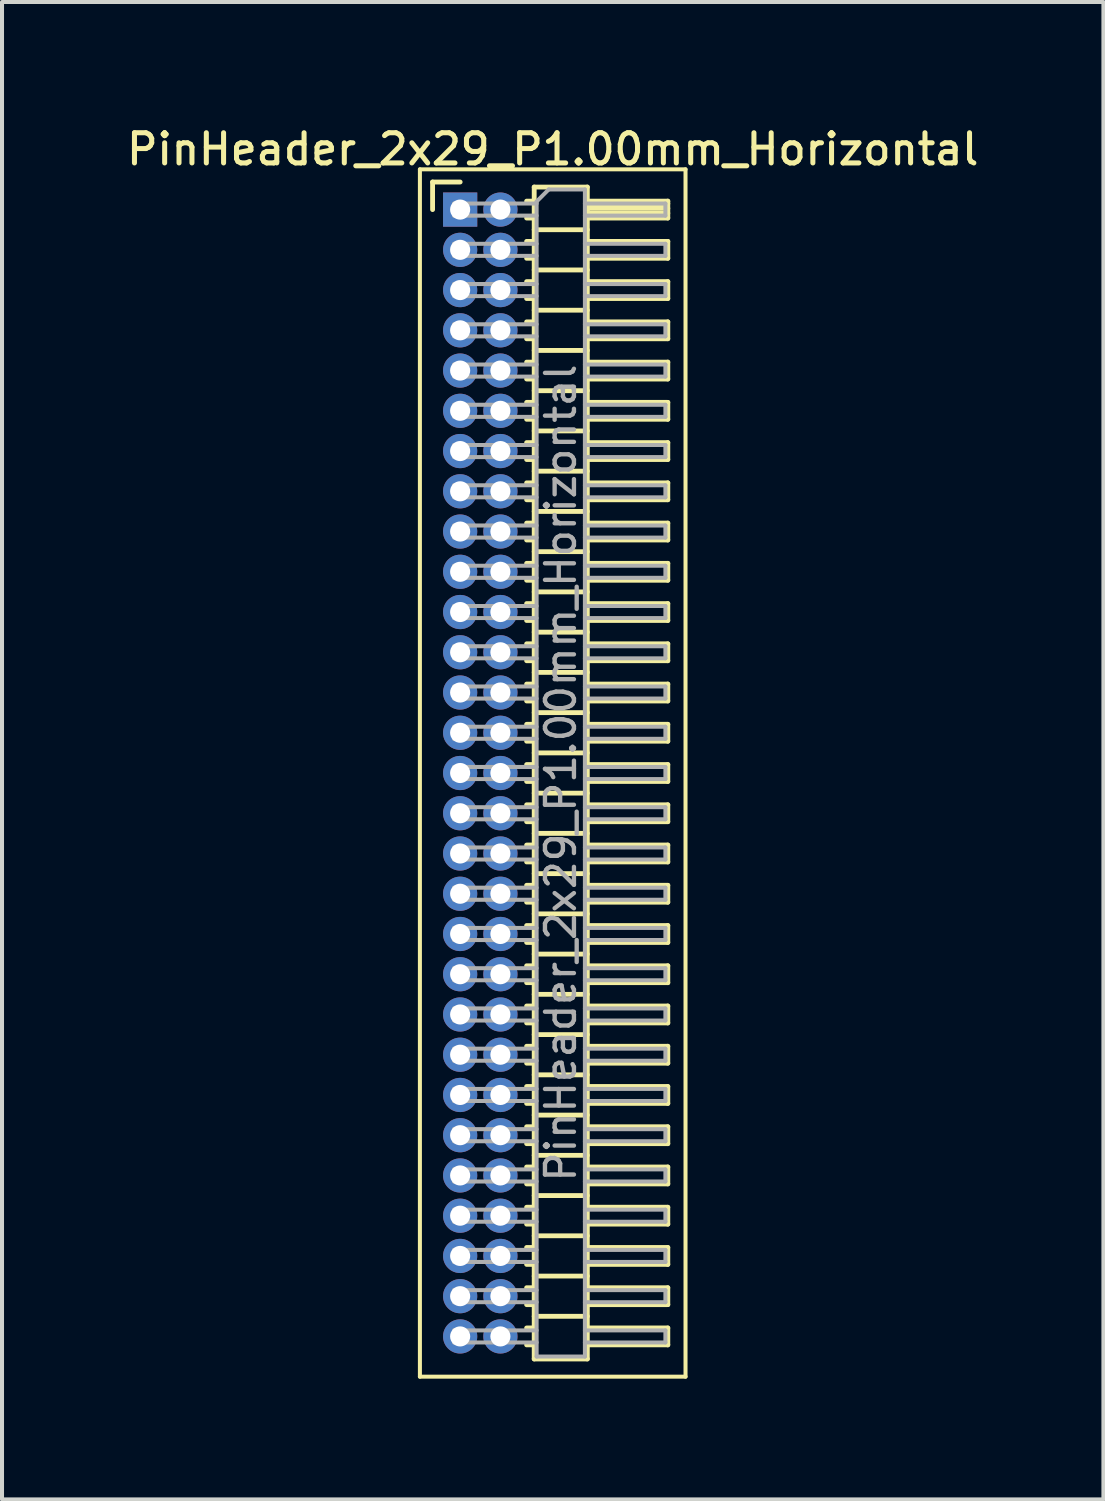
<source format=kicad_pcb>
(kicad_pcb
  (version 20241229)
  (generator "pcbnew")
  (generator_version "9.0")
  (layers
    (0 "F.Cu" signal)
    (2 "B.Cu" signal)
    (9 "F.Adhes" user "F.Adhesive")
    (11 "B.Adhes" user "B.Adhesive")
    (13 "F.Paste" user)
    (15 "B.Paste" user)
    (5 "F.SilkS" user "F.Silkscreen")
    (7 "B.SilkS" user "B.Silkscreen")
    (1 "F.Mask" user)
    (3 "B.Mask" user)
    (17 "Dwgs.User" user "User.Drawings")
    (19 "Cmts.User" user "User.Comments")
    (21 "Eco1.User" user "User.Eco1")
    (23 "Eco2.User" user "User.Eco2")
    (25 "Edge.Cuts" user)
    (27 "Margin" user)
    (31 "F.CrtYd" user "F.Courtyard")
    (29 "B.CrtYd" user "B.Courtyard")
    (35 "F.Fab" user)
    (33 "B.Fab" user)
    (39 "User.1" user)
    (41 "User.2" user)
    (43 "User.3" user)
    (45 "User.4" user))
  (footprint "PinHeader_2x29_P1.00mm_Horizontal"
    (layer "F.Cu")
    (at 8.384 2.158)
    (property "Reference" "PinHeader_2x29_P1.00mm_Horizontal" (at 2.3 -1.5 0) (layer "F.SilkS") (effects (font (size 0.75 0.75) (thickness 0.125))))
    (attr through_hole)
    (fp_line (start -1 -1) (end -1 29) (stroke (width 0.1) (type solid)) (layer "F.SilkS"))
    (fp_line (start -1 29) (end 5.6 29) (stroke (width 0.1) (type solid)) (layer "F.SilkS"))
    (fp_line (start -0.685 -0.685) (end 0 -0.685) (stroke (width 0.12) (type solid)) (layer "F.SilkS"))
    (fp_line (start -0.685 0) (end -0.685 -0.685) (stroke (width 0.12) (type solid)) (layer "F.SilkS"))
    (fp_line (start 1.652 -0.21) (end 1.84 -0.21) (stroke (width 0.12) (type solid)) (layer "F.SilkS"))
    (fp_line (start 1.652 0.21) (end 1.84 0.21) (stroke (width 0.12) (type solid)) (layer "F.SilkS"))
    (fp_line (start 1.652 0.79) (end 1.84 0.79) (stroke (width 0.12) (type solid)) (layer "F.SilkS"))
    (fp_line (start 1.652 1.21) (end 1.84 1.21) (stroke (width 0.12) (type solid)) (layer "F.SilkS"))
    (fp_line (start 1.652 1.79) (end 1.84 1.79) (stroke (width 0.12) (type solid)) (layer "F.SilkS"))
    (fp_line (start 1.652 2.21) (end 1.84 2.21) (stroke (width 0.12) (type solid)) (layer "F.SilkS"))
    (fp_line (start 1.652 2.79) (end 1.84 2.79) (stroke (width 0.12) (type solid)) (layer "F.SilkS"))
    (fp_line (start 1.652 3.21) (end 1.84 3.21) (stroke (width 0.12) (type solid)) (layer "F.SilkS"))
    (fp_line (start 1.652 3.79) (end 1.84 3.79) (stroke (width 0.12) (type solid)) (layer "F.SilkS"))
    (fp_line (start 1.652 4.21) (end 1.84 4.21) (stroke (width 0.12) (type solid)) (layer "F.SilkS"))
    (fp_line (start 1.652 4.79) (end 1.84 4.79) (stroke (width 0.12) (type solid)) (layer "F.SilkS"))
    (fp_line (start 1.652 5.21) (end 1.84 5.21) (stroke (width 0.12) (type solid)) (layer "F.SilkS"))
    (fp_line (start 1.652 5.79) (end 1.84 5.79) (stroke (width 0.12) (type solid)) (layer "F.SilkS"))
    (fp_line (start 1.652 6.21) (end 1.84 6.21) (stroke (width 0.12) (type solid)) (layer "F.SilkS"))
    (fp_line (start 1.652 6.79) (end 1.84 6.79) (stroke (width 0.12) (type solid)) (layer "F.SilkS"))
    (fp_line (start 1.652 7.21) (end 1.84 7.21) (stroke (width 0.12) (type solid)) (layer "F.SilkS"))
    (fp_line (start 1.652 7.79) (end 1.84 7.79) (stroke (width 0.12) (type solid)) (layer "F.SilkS"))
    (fp_line (start 1.652 8.21) (end 1.84 8.21) (stroke (width 0.12) (type solid)) (layer "F.SilkS"))
    (fp_line (start 1.652 8.79) (end 1.84 8.79) (stroke (width 0.12) (type solid)) (layer "F.SilkS"))
    (fp_line (start 1.652 9.21) (end 1.84 9.21) (stroke (width 0.12) (type solid)) (layer "F.SilkS"))
    (fp_line (start 1.652 9.79) (end 1.84 9.79) (stroke (width 0.12) (type solid)) (layer "F.SilkS"))
    (fp_line (start 1.652 10.21) (end 1.84 10.21) (stroke (width 0.12) (type solid)) (layer "F.SilkS"))
    (fp_line (start 1.652 10.79) (end 1.84 10.79) (stroke (width 0.12) (type solid)) (layer "F.SilkS"))
    (fp_line (start 1.652 11.21) (end 1.84 11.21) (stroke (width 0.12) (type solid)) (layer "F.SilkS"))
    (fp_line (start 1.652 11.79) (end 1.84 11.79) (stroke (width 0.12) (type solid)) (layer "F.SilkS"))
    (fp_line (start 1.652 12.21) (end 1.84 12.21) (stroke (width 0.12) (type solid)) (layer "F.SilkS"))
    (fp_line (start 1.652 12.79) (end 1.84 12.79) (stroke (width 0.12) (type solid)) (layer "F.SilkS"))
    (fp_line (start 1.652 13.21) (end 1.84 13.21) (stroke (width 0.12) (type solid)) (layer "F.SilkS"))
    (fp_line (start 1.652 13.79) (end 1.84 13.79) (stroke (width 0.12) (type solid)) (layer "F.SilkS"))
    (fp_line (start 1.652 14.21) (end 1.84 14.21) (stroke (width 0.12) (type solid)) (layer "F.SilkS"))
    (fp_line (start 1.652 14.79) (end 1.84 14.79) (stroke (width 0.12) (type solid)) (layer "F.SilkS"))
    (fp_line (start 1.652 15.21) (end 1.84 15.21) (stroke (width 0.12) (type solid)) (layer "F.SilkS"))
    (fp_line (start 1.652 15.79) (end 1.84 15.79) (stroke (width 0.12) (type solid)) (layer "F.SilkS"))
    (fp_line (start 1.652 16.21) (end 1.84 16.21) (stroke (width 0.12) (type solid)) (layer "F.SilkS"))
    (fp_line (start 1.652 16.79) (end 1.84 16.79) (stroke (width 0.12) (type solid)) (layer "F.SilkS"))
    (fp_line (start 1.652 17.21) (end 1.84 17.21) (stroke (width 0.12) (type solid)) (layer "F.SilkS"))
    (fp_line (start 1.652 17.79) (end 1.84 17.79) (stroke (width 0.12) (type solid)) (layer "F.SilkS"))
    (fp_line (start 1.652 18.21) (end 1.84 18.21) (stroke (width 0.12) (type solid)) (layer "F.SilkS"))
    (fp_line (start 1.652 18.79) (end 1.84 18.79) (stroke (width 0.12) (type solid)) (layer "F.SilkS"))
    (fp_line (start 1.652 19.21) (end 1.84 19.21) (stroke (width 0.12) (type solid)) (layer "F.SilkS"))
    (fp_line (start 1.652 19.79) (end 1.84 19.79) (stroke (width 0.12) (type solid)) (layer "F.SilkS"))
    (fp_line (start 1.652 20.21) (end 1.84 20.21) (stroke (width 0.12) (type solid)) (layer "F.SilkS"))
    (fp_line (start 1.652 20.79) (end 1.84 20.79) (stroke (width 0.12) (type solid)) (layer "F.SilkS"))
    (fp_line (start 1.652 21.21) (end 1.84 21.21) (stroke (width 0.12) (type solid)) (layer "F.SilkS"))
    (fp_line (start 1.652 21.79) (end 1.84 21.79) (stroke (width 0.12) (type solid)) (layer "F.SilkS"))
    (fp_line (start 1.652 22.21) (end 1.84 22.21) (stroke (width 0.12) (type solid)) (layer "F.SilkS"))
    (fp_line (start 1.652 22.79) (end 1.84 22.79) (stroke (width 0.12) (type solid)) (layer "F.SilkS"))
    (fp_line (start 1.652 23.21) (end 1.84 23.21) (stroke (width 0.12) (type solid)) (layer "F.SilkS"))
    (fp_line (start 1.652 23.79) (end 1.84 23.79) (stroke (width 0.12) (type solid)) (layer "F.SilkS"))
    (fp_line (start 1.652 24.21) (end 1.84 24.21) (stroke (width 0.12) (type solid)) (layer "F.SilkS"))
    (fp_line (start 1.652 24.79) (end 1.84 24.79) (stroke (width 0.12) (type solid)) (layer "F.SilkS"))
    (fp_line (start 1.652 25.21) (end 1.84 25.21) (stroke (width 0.12) (type solid)) (layer "F.SilkS"))
    (fp_line (start 1.652 25.79) (end 1.84 25.79) (stroke (width 0.12) (type solid)) (layer "F.SilkS"))
    (fp_line (start 1.652 26.21) (end 1.84 26.21) (stroke (width 0.12) (type solid)) (layer "F.SilkS"))
    (fp_line (start 1.652 26.79) (end 1.84 26.79) (stroke (width 0.12) (type solid)) (layer "F.SilkS"))
    (fp_line (start 1.652 27.21) (end 1.84 27.21) (stroke (width 0.12) (type solid)) (layer "F.SilkS"))
    (fp_line (start 1.652 27.79) (end 1.84 27.79) (stroke (width 0.12) (type solid)) (layer "F.SilkS"))
    (fp_line (start 1.652 28.21) (end 1.84 28.21) (stroke (width 0.12) (type solid)) (layer "F.SilkS"))
    (fp_line (start 1.84 -0.56) (end 1.84 28.56) (stroke (width 0.12) (type solid)) (layer "F.SilkS"))
    (fp_line (start 1.84 0.5) (end 3.16 0.5) (stroke (width 0.12) (type solid)) (layer "F.SilkS"))
    (fp_line (start 1.84 1.5) (end 3.16 1.5) (stroke (width 0.12) (type solid)) (layer "F.SilkS"))
    (fp_line (start 1.84 2.5) (end 3.16 2.5) (stroke (width 0.12) (type solid)) (layer "F.SilkS"))
    (fp_line (start 1.84 3.5) (end 3.16 3.5) (stroke (width 0.12) (type solid)) (layer "F.SilkS"))
    (fp_line (start 1.84 4.5) (end 3.16 4.5) (stroke (width 0.12) (type solid)) (layer "F.SilkS"))
    (fp_line (start 1.84 5.5) (end 3.16 5.5) (stroke (width 0.12) (type solid)) (layer "F.SilkS"))
    (fp_line (start 1.84 6.5) (end 3.16 6.5) (stroke (width 0.12) (type solid)) (layer "F.SilkS"))
    (fp_line (start 1.84 7.5) (end 3.16 7.5) (stroke (width 0.12) (type solid)) (layer "F.SilkS"))
    (fp_line (start 1.84 8.5) (end 3.16 8.5) (stroke (width 0.12) (type solid)) (layer "F.SilkS"))
    (fp_line (start 1.84 9.5) (end 3.16 9.5) (stroke (width 0.12) (type solid)) (layer "F.SilkS"))
    (fp_line (start 1.84 10.5) (end 3.16 10.5) (stroke (width 0.12) (type solid)) (layer "F.SilkS"))
    (fp_line (start 1.84 11.5) (end 3.16 11.5) (stroke (width 0.12) (type solid)) (layer "F.SilkS"))
    (fp_line (start 1.84 12.5) (end 3.16 12.5) (stroke (width 0.12) (type solid)) (layer "F.SilkS"))
    (fp_line (start 1.84 13.5) (end 3.16 13.5) (stroke (width 0.12) (type solid)) (layer "F.SilkS"))
    (fp_line (start 1.84 14.5) (end 3.16 14.5) (stroke (width 0.12) (type solid)) (layer "F.SilkS"))
    (fp_line (start 1.84 15.5) (end 3.16 15.5) (stroke (width 0.12) (type solid)) (layer "F.SilkS"))
    (fp_line (start 1.84 16.5) (end 3.16 16.5) (stroke (width 0.12) (type solid)) (layer "F.SilkS"))
    (fp_line (start 1.84 17.5) (end 3.16 17.5) (stroke (width 0.12) (type solid)) (layer "F.SilkS"))
    (fp_line (start 1.84 18.5) (end 3.16 18.5) (stroke (width 0.12) (type solid)) (layer "F.SilkS"))
    (fp_line (start 1.84 19.5) (end 3.16 19.5) (stroke (width 0.12) (type solid)) (layer "F.SilkS"))
    (fp_line (start 1.84 20.5) (end 3.16 20.5) (stroke (width 0.12) (type solid)) (layer "F.SilkS"))
    (fp_line (start 1.84 21.5) (end 3.16 21.5) (stroke (width 0.12) (type solid)) (layer "F.SilkS"))
    (fp_line (start 1.84 22.5) (end 3.16 22.5) (stroke (width 0.12) (type solid)) (layer "F.SilkS"))
    (fp_line (start 1.84 23.5) (end 3.16 23.5) (stroke (width 0.12) (type solid)) (layer "F.SilkS"))
    (fp_line (start 1.84 24.5) (end 3.16 24.5) (stroke (width 0.12) (type solid)) (layer "F.SilkS"))
    (fp_line (start 1.84 25.5) (end 3.16 25.5) (stroke (width 0.12) (type solid)) (layer "F.SilkS"))
    (fp_line (start 1.84 26.5) (end 3.16 26.5) (stroke (width 0.12) (type solid)) (layer "F.SilkS"))
    (fp_line (start 1.84 27.5) (end 3.16 27.5) (stroke (width 0.12) (type solid)) (layer "F.SilkS"))
    (fp_line (start 1.84 28.56) (end 3.16 28.56) (stroke (width 0.12) (type solid)) (layer "F.SilkS"))
    (fp_line (start 3.16 -0.56) (end 1.84 -0.56) (stroke (width 0.12) (type solid)) (layer "F.SilkS"))
    (fp_line (start 3.16 -0.21) (end 5.16 -0.21) (stroke (width 0.12) (type solid)) (layer "F.SilkS"))
    (fp_line (start 3.16 -0.15) (end 5.16 -0.15) (stroke (width 0.12) (type solid)) (layer "F.SilkS"))
    (fp_line (start 3.16 -0.03) (end 5.16 -0.03) (stroke (width 0.12) (type solid)) (layer "F.SilkS"))
    (fp_line (start 3.16 0.09) (end 5.16 0.09) (stroke (width 0.12) (type solid)) (layer "F.SilkS"))
    (fp_line (start 3.16 0.79) (end 5.16 0.79) (stroke (width 0.12) (type solid)) (layer "F.SilkS"))
    (fp_line (start 3.16 1.79) (end 5.16 1.79) (stroke (width 0.12) (type solid)) (layer "F.SilkS"))
    (fp_line (start 3.16 2.79) (end 5.16 2.79) (stroke (width 0.12) (type solid)) (layer "F.SilkS"))
    (fp_line (start 3.16 3.79) (end 5.16 3.79) (stroke (width 0.12) (type solid)) (layer "F.SilkS"))
    (fp_line (start 3.16 4.79) (end 5.16 4.79) (stroke (width 0.12) (type solid)) (layer "F.SilkS"))
    (fp_line (start 3.16 5.79) (end 5.16 5.79) (stroke (width 0.12) (type solid)) (layer "F.SilkS"))
    (fp_line (start 3.16 6.79) (end 5.16 6.79) (stroke (width 0.12) (type solid)) (layer "F.SilkS"))
    (fp_line (start 3.16 7.79) (end 5.16 7.79) (stroke (width 0.12) (type solid)) (layer "F.SilkS"))
    (fp_line (start 3.16 8.79) (end 5.16 8.79) (stroke (width 0.12) (type solid)) (layer "F.SilkS"))
    (fp_line (start 3.16 9.79) (end 5.16 9.79) (stroke (width 0.12) (type solid)) (layer "F.SilkS"))
    (fp_line (start 3.16 10.79) (end 5.16 10.79) (stroke (width 0.12) (type solid)) (layer "F.SilkS"))
    (fp_line (start 3.16 11.79) (end 5.16 11.79) (stroke (width 0.12) (type solid)) (layer "F.SilkS"))
    (fp_line (start 3.16 12.79) (end 5.16 12.79) (stroke (width 0.12) (type solid)) (layer "F.SilkS"))
    (fp_line (start 3.16 13.79) (end 5.16 13.79) (stroke (width 0.12) (type solid)) (layer "F.SilkS"))
    (fp_line (start 3.16 14.79) (end 5.16 14.79) (stroke (width 0.12) (type solid)) (layer "F.SilkS"))
    (fp_line (start 3.16 15.79) (end 5.16 15.79) (stroke (width 0.12) (type solid)) (layer "F.SilkS"))
    (fp_line (start 3.16 16.79) (end 5.16 16.79) (stroke (width 0.12) (type solid)) (layer "F.SilkS"))
    (fp_line (start 3.16 17.79) (end 5.16 17.79) (stroke (width 0.12) (type solid)) (layer "F.SilkS"))
    (fp_line (start 3.16 18.79) (end 5.16 18.79) (stroke (width 0.12) (type solid)) (layer "F.SilkS"))
    (fp_line (start 3.16 19.79) (end 5.16 19.79) (stroke (width 0.12) (type solid)) (layer "F.SilkS"))
    (fp_line (start 3.16 20.79) (end 5.16 20.79) (stroke (width 0.12) (type solid)) (layer "F.SilkS"))
    (fp_line (start 3.16 21.79) (end 5.16 21.79) (stroke (width 0.12) (type solid)) (layer "F.SilkS"))
    (fp_line (start 3.16 22.79) (end 5.16 22.79) (stroke (width 0.12) (type solid)) (layer "F.SilkS"))
    (fp_line (start 3.16 23.79) (end 5.16 23.79) (stroke (width 0.12) (type solid)) (layer "F.SilkS"))
    (fp_line (start 3.16 24.79) (end 5.16 24.79) (stroke (width 0.12) (type solid)) (layer "F.SilkS"))
    (fp_line (start 3.16 25.79) (end 5.16 25.79) (stroke (width 0.12) (type solid)) (layer "F.SilkS"))
    (fp_line (start 3.16 26.79) (end 5.16 26.79) (stroke (width 0.12) (type solid)) (layer "F.SilkS"))
    (fp_line (start 3.16 27.79) (end 5.16 27.79) (stroke (width 0.12) (type solid)) (layer "F.SilkS"))
    (fp_line (start 3.16 28.56) (end 3.16 -0.56) (stroke (width 0.12) (type solid)) (layer "F.SilkS"))
    (fp_line (start 5.16 -0.21) (end 5.16 0.21) (stroke (width 0.12) (type solid)) (layer "F.SilkS"))
    (fp_line (start 5.16 0.21) (end 3.16 0.21) (stroke (width 0.12) (type solid)) (layer "F.SilkS"))
    (fp_line (start 5.16 0.79) (end 5.16 1.21) (stroke (width 0.12) (type solid)) (layer "F.SilkS"))
    (fp_line (start 5.16 1.21) (end 3.16 1.21) (stroke (width 0.12) (type solid)) (layer "F.SilkS"))
    (fp_line (start 5.16 1.79) (end 5.16 2.21) (stroke (width 0.12) (type solid)) (layer "F.SilkS"))
    (fp_line (start 5.16 2.21) (end 3.16 2.21) (stroke (width 0.12) (type solid)) (layer "F.SilkS"))
    (fp_line (start 5.16 2.79) (end 5.16 3.21) (stroke (width 0.12) (type solid)) (layer "F.SilkS"))
    (fp_line (start 5.16 3.21) (end 3.16 3.21) (stroke (width 0.12) (type solid)) (layer "F.SilkS"))
    (fp_line (start 5.16 3.79) (end 5.16 4.21) (stroke (width 0.12) (type solid)) (layer "F.SilkS"))
    (fp_line (start 5.16 4.21) (end 3.16 4.21) (stroke (width 0.12) (type solid)) (layer "F.SilkS"))
    (fp_line (start 5.16 4.79) (end 5.16 5.21) (stroke (width 0.12) (type solid)) (layer "F.SilkS"))
    (fp_line (start 5.16 5.21) (end 3.16 5.21) (stroke (width 0.12) (type solid)) (layer "F.SilkS"))
    (fp_line (start 5.16 5.79) (end 5.16 6.21) (stroke (width 0.12) (type solid)) (layer "F.SilkS"))
    (fp_line (start 5.16 6.21) (end 3.16 6.21) (stroke (width 0.12) (type solid)) (layer "F.SilkS"))
    (fp_line (start 5.16 6.79) (end 5.16 7.21) (stroke (width 0.12) (type solid)) (layer "F.SilkS"))
    (fp_line (start 5.16 7.21) (end 3.16 7.21) (stroke (width 0.12) (type solid)) (layer "F.SilkS"))
    (fp_line (start 5.16 7.79) (end 5.16 8.21) (stroke (width 0.12) (type solid)) (layer "F.SilkS"))
    (fp_line (start 5.16 8.21) (end 3.16 8.21) (stroke (width 0.12) (type solid)) (layer "F.SilkS"))
    (fp_line (start 5.16 8.79) (end 5.16 9.21) (stroke (width 0.12) (type solid)) (layer "F.SilkS"))
    (fp_line (start 5.16 9.21) (end 3.16 9.21) (stroke (width 0.12) (type solid)) (layer "F.SilkS"))
    (fp_line (start 5.16 9.79) (end 5.16 10.21) (stroke (width 0.12) (type solid)) (layer "F.SilkS"))
    (fp_line (start 5.16 10.21) (end 3.16 10.21) (stroke (width 0.12) (type solid)) (layer "F.SilkS"))
    (fp_line (start 5.16 10.79) (end 5.16 11.21) (stroke (width 0.12) (type solid)) (layer "F.SilkS"))
    (fp_line (start 5.16 11.21) (end 3.16 11.21) (stroke (width 0.12) (type solid)) (layer "F.SilkS"))
    (fp_line (start 5.16 11.79) (end 5.16 12.21) (stroke (width 0.12) (type solid)) (layer "F.SilkS"))
    (fp_line (start 5.16 12.21) (end 3.16 12.21) (stroke (width 0.12) (type solid)) (layer "F.SilkS"))
    (fp_line (start 5.16 12.79) (end 5.16 13.21) (stroke (width 0.12) (type solid)) (layer "F.SilkS"))
    (fp_line (start 5.16 13.21) (end 3.16 13.21) (stroke (width 0.12) (type solid)) (layer "F.SilkS"))
    (fp_line (start 5.16 13.79) (end 5.16 14.21) (stroke (width 0.12) (type solid)) (layer "F.SilkS"))
    (fp_line (start 5.16 14.21) (end 3.16 14.21) (stroke (width 0.12) (type solid)) (layer "F.SilkS"))
    (fp_line (start 5.16 14.79) (end 5.16 15.21) (stroke (width 0.12) (type solid)) (layer "F.SilkS"))
    (fp_line (start 5.16 15.21) (end 3.16 15.21) (stroke (width 0.12) (type solid)) (layer "F.SilkS"))
    (fp_line (start 5.16 15.79) (end 5.16 16.21) (stroke (width 0.12) (type solid)) (layer "F.SilkS"))
    (fp_line (start 5.16 16.21) (end 3.16 16.21) (stroke (width 0.12) (type solid)) (layer "F.SilkS"))
    (fp_line (start 5.16 16.79) (end 5.16 17.21) (stroke (width 0.12) (type solid)) (layer "F.SilkS"))
    (fp_line (start 5.16 17.21) (end 3.16 17.21) (stroke (width 0.12) (type solid)) (layer "F.SilkS"))
    (fp_line (start 5.16 17.79) (end 5.16 18.21) (stroke (width 0.12) (type solid)) (layer "F.SilkS"))
    (fp_line (start 5.16 18.21) (end 3.16 18.21) (stroke (width 0.12) (type solid)) (layer "F.SilkS"))
    (fp_line (start 5.16 18.79) (end 5.16 19.21) (stroke (width 0.12) (type solid)) (layer "F.SilkS"))
    (fp_line (start 5.16 19.21) (end 3.16 19.21) (stroke (width 0.12) (type solid)) (layer "F.SilkS"))
    (fp_line (start 5.16 19.79) (end 5.16 20.21) (stroke (width 0.12) (type solid)) (layer "F.SilkS"))
    (fp_line (start 5.16 20.21) (end 3.16 20.21) (stroke (width 0.12) (type solid)) (layer "F.SilkS"))
    (fp_line (start 5.16 20.79) (end 5.16 21.21) (stroke (width 0.12) (type solid)) (layer "F.SilkS"))
    (fp_line (start 5.16 21.21) (end 3.16 21.21) (stroke (width 0.12) (type solid)) (layer "F.SilkS"))
    (fp_line (start 5.16 21.79) (end 5.16 22.21) (stroke (width 0.12) (type solid)) (layer "F.SilkS"))
    (fp_line (start 5.16 22.21) (end 3.16 22.21) (stroke (width 0.12) (type solid)) (layer "F.SilkS"))
    (fp_line (start 5.16 22.79) (end 5.16 23.21) (stroke (width 0.12) (type solid)) (layer "F.SilkS"))
    (fp_line (start 5.16 23.21) (end 3.16 23.21) (stroke (width 0.12) (type solid)) (layer "F.SilkS"))
    (fp_line (start 5.16 23.79) (end 5.16 24.21) (stroke (width 0.12) (type solid)) (layer "F.SilkS"))
    (fp_line (start 5.16 24.21) (end 3.16 24.21) (stroke (width 0.12) (type solid)) (layer "F.SilkS"))
    (fp_line (start 5.16 24.79) (end 5.16 25.21) (stroke (width 0.12) (type solid)) (layer "F.SilkS"))
    (fp_line (start 5.16 25.21) (end 3.16 25.21) (stroke (width 0.12) (type solid)) (layer "F.SilkS"))
    (fp_line (start 5.16 25.79) (end 5.16 26.21) (stroke (width 0.12) (type solid)) (layer "F.SilkS"))
    (fp_line (start 5.16 26.21) (end 3.16 26.21) (stroke (width 0.12) (type solid)) (layer "F.SilkS"))
    (fp_line (start 5.16 26.79) (end 5.16 27.21) (stroke (width 0.12) (type solid)) (layer "F.SilkS"))
    (fp_line (start 5.16 27.21) (end 3.16 27.21) (stroke (width 0.12) (type solid)) (layer "F.SilkS"))
    (fp_line (start 5.16 27.79) (end 5.16 28.21) (stroke (width 0.12) (type solid)) (layer "F.SilkS"))
    (fp_line (start 5.16 28.21) (end 3.16 28.21) (stroke (width 0.12) (type solid)) (layer "F.SilkS"))
    (fp_line (start 5.6 -1) (end -1 -1) (stroke (width 0.1) (type solid)) (layer "F.SilkS"))
    (fp_line (start 5.6 29) (end 5.6 -1) (stroke (width 0.1) (type solid)) (layer "F.SilkS"))
    (fp_line (start -0.15 -0.15) (end -0.15 0.15) (stroke (width 0.1) (type solid)) (layer "F.Fab"))
    (fp_line (start -0.15 -0.15) (end 1.9 -0.15) (stroke (width 0.1) (type solid)) (layer "F.Fab"))
    (fp_line (start -0.15 0.15) (end 1.9 0.15) (stroke (width 0.1) (type solid)) (layer "F.Fab"))
    (fp_line (start -0.15 0.85) (end -0.15 1.15) (stroke (width 0.1) (type solid)) (layer "F.Fab"))
    (fp_line (start -0.15 0.85) (end 1.9 0.85) (stroke (width 0.1) (type solid)) (layer "F.Fab"))
    (fp_line (start -0.15 1.15) (end 1.9 1.15) (stroke (width 0.1) (type solid)) (layer "F.Fab"))
    (fp_line (start -0.15 1.85) (end -0.15 2.15) (stroke (width 0.1) (type solid)) (layer "F.Fab"))
    (fp_line (start -0.15 1.85) (end 1.9 1.85) (stroke (width 0.1) (type solid)) (layer "F.Fab"))
    (fp_line (start -0.15 2.15) (end 1.9 2.15) (stroke (width 0.1) (type solid)) (layer "F.Fab"))
    (fp_line (start -0.15 2.85) (end -0.15 3.15) (stroke (width 0.1) (type solid)) (layer "F.Fab"))
    (fp_line (start -0.15 2.85) (end 1.9 2.85) (stroke (width 0.1) (type solid)) (layer "F.Fab"))
    (fp_line (start -0.15 3.15) (end 1.9 3.15) (stroke (width 0.1) (type solid)) (layer "F.Fab"))
    (fp_line (start -0.15 3.85) (end -0.15 4.15) (stroke (width 0.1) (type solid)) (layer "F.Fab"))
    (fp_line (start -0.15 3.85) (end 1.9 3.85) (stroke (width 0.1) (type solid)) (layer "F.Fab"))
    (fp_line (start -0.15 4.15) (end 1.9 4.15) (stroke (width 0.1) (type solid)) (layer "F.Fab"))
    (fp_line (start -0.15 4.85) (end -0.15 5.15) (stroke (width 0.1) (type solid)) (layer "F.Fab"))
    (fp_line (start -0.15 4.85) (end 1.9 4.85) (stroke (width 0.1) (type solid)) (layer "F.Fab"))
    (fp_line (start -0.15 5.15) (end 1.9 5.15) (stroke (width 0.1) (type solid)) (layer "F.Fab"))
    (fp_line (start -0.15 5.85) (end -0.15 6.15) (stroke (width 0.1) (type solid)) (layer "F.Fab"))
    (fp_line (start -0.15 5.85) (end 1.9 5.85) (stroke (width 0.1) (type solid)) (layer "F.Fab"))
    (fp_line (start -0.15 6.15) (end 1.9 6.15) (stroke (width 0.1) (type solid)) (layer "F.Fab"))
    (fp_line (start -0.15 6.85) (end -0.15 7.15) (stroke (width 0.1) (type solid)) (layer "F.Fab"))
    (fp_line (start -0.15 6.85) (end 1.9 6.85) (stroke (width 0.1) (type solid)) (layer "F.Fab"))
    (fp_line (start -0.15 7.15) (end 1.9 7.15) (stroke (width 0.1) (type solid)) (layer "F.Fab"))
    (fp_line (start -0.15 7.85) (end -0.15 8.15) (stroke (width 0.1) (type solid)) (layer "F.Fab"))
    (fp_line (start -0.15 7.85) (end 1.9 7.85) (stroke (width 0.1) (type solid)) (layer "F.Fab"))
    (fp_line (start -0.15 8.15) (end 1.9 8.15) (stroke (width 0.1) (type solid)) (layer "F.Fab"))
    (fp_line (start -0.15 8.85) (end -0.15 9.15) (stroke (width 0.1) (type solid)) (layer "F.Fab"))
    (fp_line (start -0.15 8.85) (end 1.9 8.85) (stroke (width 0.1) (type solid)) (layer "F.Fab"))
    (fp_line (start -0.15 9.15) (end 1.9 9.15) (stroke (width 0.1) (type solid)) (layer "F.Fab"))
    (fp_line (start -0.15 9.85) (end -0.15 10.15) (stroke (width 0.1) (type solid)) (layer "F.Fab"))
    (fp_line (start -0.15 9.85) (end 1.9 9.85) (stroke (width 0.1) (type solid)) (layer "F.Fab"))
    (fp_line (start -0.15 10.15) (end 1.9 10.15) (stroke (width 0.1) (type solid)) (layer "F.Fab"))
    (fp_line (start -0.15 10.85) (end -0.15 11.15) (stroke (width 0.1) (type solid)) (layer "F.Fab"))
    (fp_line (start -0.15 10.85) (end 1.9 10.85) (stroke (width 0.1) (type solid)) (layer "F.Fab"))
    (fp_line (start -0.15 11.15) (end 1.9 11.15) (stroke (width 0.1) (type solid)) (layer "F.Fab"))
    (fp_line (start -0.15 11.85) (end -0.15 12.15) (stroke (width 0.1) (type solid)) (layer "F.Fab"))
    (fp_line (start -0.15 11.85) (end 1.9 11.85) (stroke (width 0.1) (type solid)) (layer "F.Fab"))
    (fp_line (start -0.15 12.15) (end 1.9 12.15) (stroke (width 0.1) (type solid)) (layer "F.Fab"))
    (fp_line (start -0.15 12.85) (end -0.15 13.15) (stroke (width 0.1) (type solid)) (layer "F.Fab"))
    (fp_line (start -0.15 12.85) (end 1.9 12.85) (stroke (width 0.1) (type solid)) (layer "F.Fab"))
    (fp_line (start -0.15 13.15) (end 1.9 13.15) (stroke (width 0.1) (type solid)) (layer "F.Fab"))
    (fp_line (start -0.15 13.85) (end -0.15 14.15) (stroke (width 0.1) (type solid)) (layer "F.Fab"))
    (fp_line (start -0.15 13.85) (end 1.9 13.85) (stroke (width 0.1) (type solid)) (layer "F.Fab"))
    (fp_line (start -0.15 14.15) (end 1.9 14.15) (stroke (width 0.1) (type solid)) (layer "F.Fab"))
    (fp_line (start -0.15 14.85) (end -0.15 15.15) (stroke (width 0.1) (type solid)) (layer "F.Fab"))
    (fp_line (start -0.15 14.85) (end 1.9 14.85) (stroke (width 0.1) (type solid)) (layer "F.Fab"))
    (fp_line (start -0.15 15.15) (end 1.9 15.15) (stroke (width 0.1) (type solid)) (layer "F.Fab"))
    (fp_line (start -0.15 15.85) (end -0.15 16.15) (stroke (width 0.1) (type solid)) (layer "F.Fab"))
    (fp_line (start -0.15 15.85) (end 1.9 15.85) (stroke (width 0.1) (type solid)) (layer "F.Fab"))
    (fp_line (start -0.15 16.15) (end 1.9 16.15) (stroke (width 0.1) (type solid)) (layer "F.Fab"))
    (fp_line (start -0.15 16.85) (end -0.15 17.15) (stroke (width 0.1) (type solid)) (layer "F.Fab"))
    (fp_line (start -0.15 16.85) (end 1.9 16.85) (stroke (width 0.1) (type solid)) (layer "F.Fab"))
    (fp_line (start -0.15 17.15) (end 1.9 17.15) (stroke (width 0.1) (type solid)) (layer "F.Fab"))
    (fp_line (start -0.15 17.85) (end -0.15 18.15) (stroke (width 0.1) (type solid)) (layer "F.Fab"))
    (fp_line (start -0.15 17.85) (end 1.9 17.85) (stroke (width 0.1) (type solid)) (layer "F.Fab"))
    (fp_line (start -0.15 18.15) (end 1.9 18.15) (stroke (width 0.1) (type solid)) (layer "F.Fab"))
    (fp_line (start -0.15 18.85) (end -0.15 19.15) (stroke (width 0.1) (type solid)) (layer "F.Fab"))
    (fp_line (start -0.15 18.85) (end 1.9 18.85) (stroke (width 0.1) (type solid)) (layer "F.Fab"))
    (fp_line (start -0.15 19.15) (end 1.9 19.15) (stroke (width 0.1) (type solid)) (layer "F.Fab"))
    (fp_line (start -0.15 19.85) (end -0.15 20.15) (stroke (width 0.1) (type solid)) (layer "F.Fab"))
    (fp_line (start -0.15 19.85) (end 1.9 19.85) (stroke (width 0.1) (type solid)) (layer "F.Fab"))
    (fp_line (start -0.15 20.15) (end 1.9 20.15) (stroke (width 0.1) (type solid)) (layer "F.Fab"))
    (fp_line (start -0.15 20.85) (end -0.15 21.15) (stroke (width 0.1) (type solid)) (layer "F.Fab"))
    (fp_line (start -0.15 20.85) (end 1.9 20.85) (stroke (width 0.1) (type solid)) (layer "F.Fab"))
    (fp_line (start -0.15 21.15) (end 1.9 21.15) (stroke (width 0.1) (type solid)) (layer "F.Fab"))
    (fp_line (start -0.15 21.85) (end -0.15 22.15) (stroke (width 0.1) (type solid)) (layer "F.Fab"))
    (fp_line (start -0.15 21.85) (end 1.9 21.85) (stroke (width 0.1) (type solid)) (layer "F.Fab"))
    (fp_line (start -0.15 22.15) (end 1.9 22.15) (stroke (width 0.1) (type solid)) (layer "F.Fab"))
    (fp_line (start -0.15 22.85) (end -0.15 23.15) (stroke (width 0.1) (type solid)) (layer "F.Fab"))
    (fp_line (start -0.15 22.85) (end 1.9 22.85) (stroke (width 0.1) (type solid)) (layer "F.Fab"))
    (fp_line (start -0.15 23.15) (end 1.9 23.15) (stroke (width 0.1) (type solid)) (layer "F.Fab"))
    (fp_line (start -0.15 23.85) (end -0.15 24.15) (stroke (width 0.1) (type solid)) (layer "F.Fab"))
    (fp_line (start -0.15 23.85) (end 1.9 23.85) (stroke (width 0.1) (type solid)) (layer "F.Fab"))
    (fp_line (start -0.15 24.15) (end 1.9 24.15) (stroke (width 0.1) (type solid)) (layer "F.Fab"))
    (fp_line (start -0.15 24.85) (end -0.15 25.15) (stroke (width 0.1) (type solid)) (layer "F.Fab"))
    (fp_line (start -0.15 24.85) (end 1.9 24.85) (stroke (width 0.1) (type solid)) (layer "F.Fab"))
    (fp_line (start -0.15 25.15) (end 1.9 25.15) (stroke (width 0.1) (type solid)) (layer "F.Fab"))
    (fp_line (start -0.15 25.85) (end -0.15 26.15) (stroke (width 0.1) (type solid)) (layer "F.Fab"))
    (fp_line (start -0.15 25.85) (end 1.9 25.85) (stroke (width 0.1) (type solid)) (layer "F.Fab"))
    (fp_line (start -0.15 26.15) (end 1.9 26.15) (stroke (width 0.1) (type solid)) (layer "F.Fab"))
    (fp_line (start -0.15 26.85) (end -0.15 27.15) (stroke (width 0.1) (type solid)) (layer "F.Fab"))
    (fp_line (start -0.15 26.85) (end 1.9 26.85) (stroke (width 0.1) (type solid)) (layer "F.Fab"))
    (fp_line (start -0.15 27.15) (end 1.9 27.15) (stroke (width 0.1) (type solid)) (layer "F.Fab"))
    (fp_line (start -0.15 27.85) (end -0.15 28.15) (stroke (width 0.1) (type solid)) (layer "F.Fab"))
    (fp_line (start -0.15 27.85) (end 1.9 27.85) (stroke (width 0.1) (type solid)) (layer "F.Fab"))
    (fp_line (start -0.15 28.15) (end 1.9 28.15) (stroke (width 0.1) (type solid)) (layer "F.Fab"))
    (fp_line (start 1.9 -0.2) (end 2.2 -0.5) (stroke (width 0.1) (type solid)) (layer "F.Fab"))
    (fp_line (start 1.9 28.5) (end 1.9 -0.2) (stroke (width 0.1) (type solid)) (layer "F.Fab"))
    (fp_line (start 2.2 -0.5) (end 3.1 -0.5) (stroke (width 0.1) (type solid)) (layer "F.Fab"))
    (fp_line (start 3.1 -0.5) (end 3.1 28.5) (stroke (width 0.1) (type solid)) (layer "F.Fab"))
    (fp_line (start 3.1 -0.15) (end 5.1 -0.15) (stroke (width 0.1) (type solid)) (layer "F.Fab"))
    (fp_line (start 3.1 0.15) (end 5.1 0.15) (stroke (width 0.1) (type solid)) (layer "F.Fab"))
    (fp_line (start 3.1 0.85) (end 5.1 0.85) (stroke (width 0.1) (type solid)) (layer "F.Fab"))
    (fp_line (start 3.1 1.15) (end 5.1 1.15) (stroke (width 0.1) (type solid)) (layer "F.Fab"))
    (fp_line (start 3.1 1.85) (end 5.1 1.85) (stroke (width 0.1) (type solid)) (layer "F.Fab"))
    (fp_line (start 3.1 2.15) (end 5.1 2.15) (stroke (width 0.1) (type solid)) (layer "F.Fab"))
    (fp_line (start 3.1 2.85) (end 5.1 2.85) (stroke (width 0.1) (type solid)) (layer "F.Fab"))
    (fp_line (start 3.1 3.15) (end 5.1 3.15) (stroke (width 0.1) (type solid)) (layer "F.Fab"))
    (fp_line (start 3.1 3.85) (end 5.1 3.85) (stroke (width 0.1) (type solid)) (layer "F.Fab"))
    (fp_line (start 3.1 4.15) (end 5.1 4.15) (stroke (width 0.1) (type solid)) (layer "F.Fab"))
    (fp_line (start 3.1 4.85) (end 5.1 4.85) (stroke (width 0.1) (type solid)) (layer "F.Fab"))
    (fp_line (start 3.1 5.15) (end 5.1 5.15) (stroke (width 0.1) (type solid)) (layer "F.Fab"))
    (fp_line (start 3.1 5.85) (end 5.1 5.85) (stroke (width 0.1) (type solid)) (layer "F.Fab"))
    (fp_line (start 3.1 6.15) (end 5.1 6.15) (stroke (width 0.1) (type solid)) (layer "F.Fab"))
    (fp_line (start 3.1 6.85) (end 5.1 6.85) (stroke (width 0.1) (type solid)) (layer "F.Fab"))
    (fp_line (start 3.1 7.15) (end 5.1 7.15) (stroke (width 0.1) (type solid)) (layer "F.Fab"))
    (fp_line (start 3.1 7.85) (end 5.1 7.85) (stroke (width 0.1) (type solid)) (layer "F.Fab"))
    (fp_line (start 3.1 8.15) (end 5.1 8.15) (stroke (width 0.1) (type solid)) (layer "F.Fab"))
    (fp_line (start 3.1 8.85) (end 5.1 8.85) (stroke (width 0.1) (type solid)) (layer "F.Fab"))
    (fp_line (start 3.1 9.15) (end 5.1 9.15) (stroke (width 0.1) (type solid)) (layer "F.Fab"))
    (fp_line (start 3.1 9.85) (end 5.1 9.85) (stroke (width 0.1) (type solid)) (layer "F.Fab"))
    (fp_line (start 3.1 10.15) (end 5.1 10.15) (stroke (width 0.1) (type solid)) (layer "F.Fab"))
    (fp_line (start 3.1 10.85) (end 5.1 10.85) (stroke (width 0.1) (type solid)) (layer "F.Fab"))
    (fp_line (start 3.1 11.15) (end 5.1 11.15) (stroke (width 0.1) (type solid)) (layer "F.Fab"))
    (fp_line (start 3.1 11.85) (end 5.1 11.85) (stroke (width 0.1) (type solid)) (layer "F.Fab"))
    (fp_line (start 3.1 12.15) (end 5.1 12.15) (stroke (width 0.1) (type solid)) (layer "F.Fab"))
    (fp_line (start 3.1 12.85) (end 5.1 12.85) (stroke (width 0.1) (type solid)) (layer "F.Fab"))
    (fp_line (start 3.1 13.15) (end 5.1 13.15) (stroke (width 0.1) (type solid)) (layer "F.Fab"))
    (fp_line (start 3.1 13.85) (end 5.1 13.85) (stroke (width 0.1) (type solid)) (layer "F.Fab"))
    (fp_line (start 3.1 14.15) (end 5.1 14.15) (stroke (width 0.1) (type solid)) (layer "F.Fab"))
    (fp_line (start 3.1 14.85) (end 5.1 14.85) (stroke (width 0.1) (type solid)) (layer "F.Fab"))
    (fp_line (start 3.1 15.15) (end 5.1 15.15) (stroke (width 0.1) (type solid)) (layer "F.Fab"))
    (fp_line (start 3.1 15.85) (end 5.1 15.85) (stroke (width 0.1) (type solid)) (layer "F.Fab"))
    (fp_line (start 3.1 16.15) (end 5.1 16.15) (stroke (width 0.1) (type solid)) (layer "F.Fab"))
    (fp_line (start 3.1 16.85) (end 5.1 16.85) (stroke (width 0.1) (type solid)) (layer "F.Fab"))
    (fp_line (start 3.1 17.15) (end 5.1 17.15) (stroke (width 0.1) (type solid)) (layer "F.Fab"))
    (fp_line (start 3.1 17.85) (end 5.1 17.85) (stroke (width 0.1) (type solid)) (layer "F.Fab"))
    (fp_line (start 3.1 18.15) (end 5.1 18.15) (stroke (width 0.1) (type solid)) (layer "F.Fab"))
    (fp_line (start 3.1 18.85) (end 5.1 18.85) (stroke (width 0.1) (type solid)) (layer "F.Fab"))
    (fp_line (start 3.1 19.15) (end 5.1 19.15) (stroke (width 0.1) (type solid)) (layer "F.Fab"))
    (fp_line (start 3.1 19.85) (end 5.1 19.85) (stroke (width 0.1) (type solid)) (layer "F.Fab"))
    (fp_line (start 3.1 20.15) (end 5.1 20.15) (stroke (width 0.1) (type solid)) (layer "F.Fab"))
    (fp_line (start 3.1 20.85) (end 5.1 20.85) (stroke (width 0.1) (type solid)) (layer "F.Fab"))
    (fp_line (start 3.1 21.15) (end 5.1 21.15) (stroke (width 0.1) (type solid)) (layer "F.Fab"))
    (fp_line (start 3.1 21.85) (end 5.1 21.85) (stroke (width 0.1) (type solid)) (layer "F.Fab"))
    (fp_line (start 3.1 22.15) (end 5.1 22.15) (stroke (width 0.1) (type solid)) (layer "F.Fab"))
    (fp_line (start 3.1 22.85) (end 5.1 22.85) (stroke (width 0.1) (type solid)) (layer "F.Fab"))
    (fp_line (start 3.1 23.15) (end 5.1 23.15) (stroke (width 0.1) (type solid)) (layer "F.Fab"))
    (fp_line (start 3.1 23.85) (end 5.1 23.85) (stroke (width 0.1) (type solid)) (layer "F.Fab"))
    (fp_line (start 3.1 24.15) (end 5.1 24.15) (stroke (width 0.1) (type solid)) (layer "F.Fab"))
    (fp_line (start 3.1 24.85) (end 5.1 24.85) (stroke (width 0.1) (type solid)) (layer "F.Fab"))
    (fp_line (start 3.1 25.15) (end 5.1 25.15) (stroke (width 0.1) (type solid)) (layer "F.Fab"))
    (fp_line (start 3.1 25.85) (end 5.1 25.85) (stroke (width 0.1) (type solid)) (layer "F.Fab"))
    (fp_line (start 3.1 26.15) (end 5.1 26.15) (stroke (width 0.1) (type solid)) (layer "F.Fab"))
    (fp_line (start 3.1 26.85) (end 5.1 26.85) (stroke (width 0.1) (type solid)) (layer "F.Fab"))
    (fp_line (start 3.1 27.15) (end 5.1 27.15) (stroke (width 0.1) (type solid)) (layer "F.Fab"))
    (fp_line (start 3.1 27.85) (end 5.1 27.85) (stroke (width 0.1) (type solid)) (layer "F.Fab"))
    (fp_line (start 3.1 28.15) (end 5.1 28.15) (stroke (width 0.1) (type solid)) (layer "F.Fab"))
    (fp_line (start 3.1 28.5) (end 1.9 28.5) (stroke (width 0.1) (type solid)) (layer "F.Fab"))
    (fp_line (start 5.1 -0.15) (end 5.1 0.15) (stroke (width 0.1) (type solid)) (layer "F.Fab"))
    (fp_line (start 5.1 0.85) (end 5.1 1.15) (stroke (width 0.1) (type solid)) (layer "F.Fab"))
    (fp_line (start 5.1 1.85) (end 5.1 2.15) (stroke (width 0.1) (type solid)) (layer "F.Fab"))
    (fp_line (start 5.1 2.85) (end 5.1 3.15) (stroke (width 0.1) (type solid)) (layer "F.Fab"))
    (fp_line (start 5.1 3.85) (end 5.1 4.15) (stroke (width 0.1) (type solid)) (layer "F.Fab"))
    (fp_line (start 5.1 4.85) (end 5.1 5.15) (stroke (width 0.1) (type solid)) (layer "F.Fab"))
    (fp_line (start 5.1 5.85) (end 5.1 6.15) (stroke (width 0.1) (type solid)) (layer "F.Fab"))
    (fp_line (start 5.1 6.85) (end 5.1 7.15) (stroke (width 0.1) (type solid)) (layer "F.Fab"))
    (fp_line (start 5.1 7.85) (end 5.1 8.15) (stroke (width 0.1) (type solid)) (layer "F.Fab"))
    (fp_line (start 5.1 8.85) (end 5.1 9.15) (stroke (width 0.1) (type solid)) (layer "F.Fab"))
    (fp_line (start 5.1 9.85) (end 5.1 10.15) (stroke (width 0.1) (type solid)) (layer "F.Fab"))
    (fp_line (start 5.1 10.85) (end 5.1 11.15) (stroke (width 0.1) (type solid)) (layer "F.Fab"))
    (fp_line (start 5.1 11.85) (end 5.1 12.15) (stroke (width 0.1) (type solid)) (layer "F.Fab"))
    (fp_line (start 5.1 12.85) (end 5.1 13.15) (stroke (width 0.1) (type solid)) (layer "F.Fab"))
    (fp_line (start 5.1 13.85) (end 5.1 14.15) (stroke (width 0.1) (type solid)) (layer "F.Fab"))
    (fp_line (start 5.1 14.85) (end 5.1 15.15) (stroke (width 0.1) (type solid)) (layer "F.Fab"))
    (fp_line (start 5.1 15.85) (end 5.1 16.15) (stroke (width 0.1) (type solid)) (layer "F.Fab"))
    (fp_line (start 5.1 16.85) (end 5.1 17.15) (stroke (width 0.1) (type solid)) (layer "F.Fab"))
    (fp_line (start 5.1 17.85) (end 5.1 18.15) (stroke (width 0.1) (type solid)) (layer "F.Fab"))
    (fp_line (start 5.1 18.85) (end 5.1 19.15) (stroke (width 0.1) (type solid)) (layer "F.Fab"))
    (fp_line (start 5.1 19.85) (end 5.1 20.15) (stroke (width 0.1) (type solid)) (layer "F.Fab"))
    (fp_line (start 5.1 20.85) (end 5.1 21.15) (stroke (width 0.1) (type solid)) (layer "F.Fab"))
    (fp_line (start 5.1 21.85) (end 5.1 22.15) (stroke (width 0.1) (type solid)) (layer "F.Fab"))
    (fp_line (start 5.1 22.85) (end 5.1 23.15) (stroke (width 0.1) (type solid)) (layer "F.Fab"))
    (fp_line (start 5.1 23.85) (end 5.1 24.15) (stroke (width 0.1) (type solid)) (layer "F.Fab"))
    (fp_line (start 5.1 24.85) (end 5.1 25.15) (stroke (width 0.1) (type solid)) (layer "F.Fab"))
    (fp_line (start 5.1 25.85) (end 5.1 26.15) (stroke (width 0.1) (type solid)) (layer "F.Fab"))
    (fp_line (start 5.1 26.85) (end 5.1 27.15) (stroke (width 0.1) (type solid)) (layer "F.Fab"))
    (fp_line (start 5.1 27.85) (end 5.1 28.15) (stroke (width 0.1) (type solid)) (layer "F.Fab"))
    (fp_text user "${REFERENCE}" (at 2.5 14 90) (layer "F.Fab") (effects (font (size 0.72 0.72) (thickness 0.108))))
    (pad "1" thru_hole rect (at 0 0) (size 0.85 0.85) (drill 0.5) (layers "*.Cu" "*.Mask"))
    (pad "2" thru_hole oval (at 1 0) (size 0.85 0.85) (drill 0.5) (layers "*.Cu" "*.Mask"))
    (pad "3" thru_hole oval (at 0 1) (size 0.85 0.85) (drill 0.5) (layers "*.Cu" "*.Mask"))
    (pad "4" thru_hole oval (at 1 1) (size 0.85 0.85) (drill 0.5) (layers "*.Cu" "*.Mask"))
    (pad "5" thru_hole oval (at 0 2) (size 0.85 0.85) (drill 0.5) (layers "*.Cu" "*.Mask"))
    (pad "6" thru_hole oval (at 1 2) (size 0.85 0.85) (drill 0.5) (layers "*.Cu" "*.Mask"))
    (pad "7" thru_hole oval (at 0 3) (size 0.85 0.85) (drill 0.5) (layers "*.Cu" "*.Mask"))
    (pad "8" thru_hole oval (at 1 3) (size 0.85 0.85) (drill 0.5) (layers "*.Cu" "*.Mask"))
    (pad "9" thru_hole oval (at 0 4) (size 0.85 0.85) (drill 0.5) (layers "*.Cu" "*.Mask"))
    (pad "10" thru_hole oval (at 1 4) (size 0.85 0.85) (drill 0.5) (layers "*.Cu" "*.Mask"))
    (pad "11" thru_hole oval (at 0 5) (size 0.85 0.85) (drill 0.5) (layers "*.Cu" "*.Mask"))
    (pad "12" thru_hole oval (at 1 5) (size 0.85 0.85) (drill 0.5) (layers "*.Cu" "*.Mask"))
    (pad "13" thru_hole oval (at 0 6) (size 0.85 0.85) (drill 0.5) (layers "*.Cu" "*.Mask"))
    (pad "14" thru_hole oval (at 1 6) (size 0.85 0.85) (drill 0.5) (layers "*.Cu" "*.Mask"))
    (pad "15" thru_hole oval (at 0 7) (size 0.85 0.85) (drill 0.5) (layers "*.Cu" "*.Mask"))
    (pad "16" thru_hole oval (at 1 7) (size 0.85 0.85) (drill 0.5) (layers "*.Cu" "*.Mask"))
    (pad "17" thru_hole oval (at 0 8) (size 0.85 0.85) (drill 0.5) (layers "*.Cu" "*.Mask"))
    (pad "18" thru_hole oval (at 1 8) (size 0.85 0.85) (drill 0.5) (layers "*.Cu" "*.Mask"))
    (pad "19" thru_hole oval (at 0 9) (size 0.85 0.85) (drill 0.5) (layers "*.Cu" "*.Mask"))
    (pad "20" thru_hole oval (at 1 9) (size 0.85 0.85) (drill 0.5) (layers "*.Cu" "*.Mask"))
    (pad "21" thru_hole oval (at 0 10) (size 0.85 0.85) (drill 0.5) (layers "*.Cu" "*.Mask"))
    (pad "22" thru_hole oval (at 1 10) (size 0.85 0.85) (drill 0.5) (layers "*.Cu" "*.Mask"))
    (pad "23" thru_hole oval (at 0 11) (size 0.85 0.85) (drill 0.5) (layers "*.Cu" "*.Mask"))
    (pad "24" thru_hole oval (at 1 11) (size 0.85 0.85) (drill 0.5) (layers "*.Cu" "*.Mask"))
    (pad "25" thru_hole oval (at 0 12) (size 0.85 0.85) (drill 0.5) (layers "*.Cu" "*.Mask"))
    (pad "26" thru_hole oval (at 1 12) (size 0.85 0.85) (drill 0.5) (layers "*.Cu" "*.Mask"))
    (pad "27" thru_hole oval (at 0 13) (size 0.85 0.85) (drill 0.5) (layers "*.Cu" "*.Mask"))
    (pad "28" thru_hole oval (at 1 13) (size 0.85 0.85) (drill 0.5) (layers "*.Cu" "*.Mask"))
    (pad "29" thru_hole oval (at 0 14) (size 0.85 0.85) (drill 0.5) (layers "*.Cu" "*.Mask"))
    (pad "30" thru_hole oval (at 1 14) (size 0.85 0.85) (drill 0.5) (layers "*.Cu" "*.Mask"))
    (pad "31" thru_hole oval (at 0 15) (size 0.85 0.85) (drill 0.5) (layers "*.Cu" "*.Mask"))
    (pad "32" thru_hole oval (at 1 15) (size 0.85 0.85) (drill 0.5) (layers "*.Cu" "*.Mask"))
    (pad "33" thru_hole oval (at 0 16) (size 0.85 0.85) (drill 0.5) (layers "*.Cu" "*.Mask"))
    (pad "34" thru_hole oval (at 1 16) (size 0.85 0.85) (drill 0.5) (layers "*.Cu" "*.Mask"))
    (pad "35" thru_hole oval (at 0 17) (size 0.85 0.85) (drill 0.5) (layers "*.Cu" "*.Mask"))
    (pad "36" thru_hole oval (at 1 17) (size 0.85 0.85) (drill 0.5) (layers "*.Cu" "*.Mask"))
    (pad "37" thru_hole oval (at 0 18) (size 0.85 0.85) (drill 0.5) (layers "*.Cu" "*.Mask"))
    (pad "38" thru_hole oval (at 1 18) (size 0.85 0.85) (drill 0.5) (layers "*.Cu" "*.Mask"))
    (pad "39" thru_hole oval (at 0 19) (size 0.85 0.85) (drill 0.5) (layers "*.Cu" "*.Mask"))
    (pad "40" thru_hole oval (at 1 19) (size 0.85 0.85) (drill 0.5) (layers "*.Cu" "*.Mask"))
    (pad "41" thru_hole oval (at 0 20) (size 0.85 0.85) (drill 0.5) (layers "*.Cu" "*.Mask"))
    (pad "42" thru_hole oval (at 1 20) (size 0.85 0.85) (drill 0.5) (layers "*.Cu" "*.Mask"))
    (pad "43" thru_hole oval (at 0 21) (size 0.85 0.85) (drill 0.5) (layers "*.Cu" "*.Mask"))
    (pad "44" thru_hole oval (at 1 21) (size 0.85 0.85) (drill 0.5) (layers "*.Cu" "*.Mask"))
    (pad "45" thru_hole oval (at 0 22) (size 0.85 0.85) (drill 0.5) (layers "*.Cu" "*.Mask"))
    (pad "46" thru_hole oval (at 1 22) (size 0.85 0.85) (drill 0.5) (layers "*.Cu" "*.Mask"))
    (pad "47" thru_hole oval (at 0 23) (size 0.85 0.85) (drill 0.5) (layers "*.Cu" "*.Mask"))
    (pad "48" thru_hole oval (at 1 23) (size 0.85 0.85) (drill 0.5) (layers "*.Cu" "*.Mask"))
    (pad "49" thru_hole oval (at 0 24) (size 0.85 0.85) (drill 0.5) (layers "*.Cu" "*.Mask"))
    (pad "50" thru_hole oval (at 1 24) (size 0.85 0.85) (drill 0.5) (layers "*.Cu" "*.Mask"))
    (pad "51" thru_hole oval (at 0 25) (size 0.85 0.85) (drill 0.5) (layers "*.Cu" "*.Mask"))
    (pad "52" thru_hole oval (at 1 25) (size 0.85 0.85) (drill 0.5) (layers "*.Cu" "*.Mask"))
    (pad "53" thru_hole oval (at 0 26) (size 0.85 0.85) (drill 0.5) (layers "*.Cu" "*.Mask"))
    (pad "54" thru_hole oval (at 1 26) (size 0.85 0.85) (drill 0.5) (layers "*.Cu" "*.Mask"))
    (pad "55" thru_hole oval (at 0 27) (size 0.85 0.85) (drill 0.5) (layers "*.Cu" "*.Mask"))
    (pad "56" thru_hole oval (at 1 27) (size 0.85 0.85) (drill 0.5) (layers "*.Cu" "*.Mask"))
    (pad "57" thru_hole oval (at 0 28) (size 0.85 0.85) (drill 0.5) (layers "*.Cu" "*.Mask"))
    (pad "58" thru_hole oval (at 1 28) (size 0.85 0.85) (drill 0.5) (layers "*.Cu" "*.Mask")))
  (gr_rect
    (start -3 -3)
    (end 24.368 34.208)
    (stroke (width 0.1) (type default))
    (fill no)
    (layer "Edge.Cuts")))
</source>
